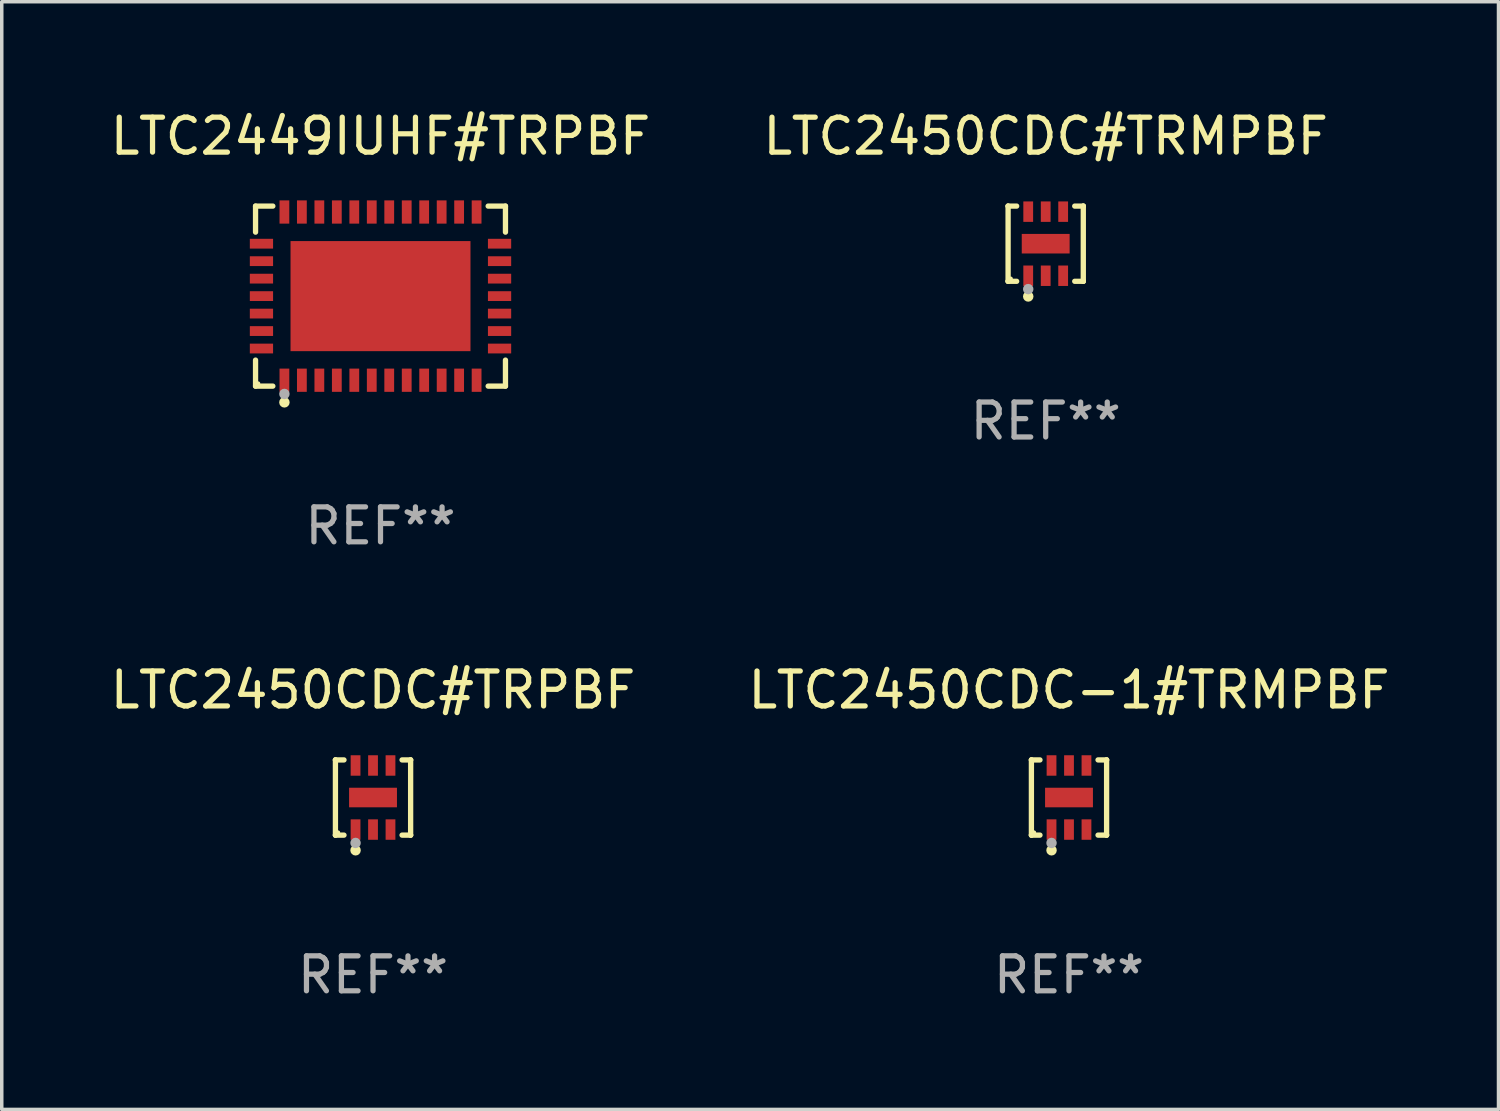
<source format=kicad_pcb>
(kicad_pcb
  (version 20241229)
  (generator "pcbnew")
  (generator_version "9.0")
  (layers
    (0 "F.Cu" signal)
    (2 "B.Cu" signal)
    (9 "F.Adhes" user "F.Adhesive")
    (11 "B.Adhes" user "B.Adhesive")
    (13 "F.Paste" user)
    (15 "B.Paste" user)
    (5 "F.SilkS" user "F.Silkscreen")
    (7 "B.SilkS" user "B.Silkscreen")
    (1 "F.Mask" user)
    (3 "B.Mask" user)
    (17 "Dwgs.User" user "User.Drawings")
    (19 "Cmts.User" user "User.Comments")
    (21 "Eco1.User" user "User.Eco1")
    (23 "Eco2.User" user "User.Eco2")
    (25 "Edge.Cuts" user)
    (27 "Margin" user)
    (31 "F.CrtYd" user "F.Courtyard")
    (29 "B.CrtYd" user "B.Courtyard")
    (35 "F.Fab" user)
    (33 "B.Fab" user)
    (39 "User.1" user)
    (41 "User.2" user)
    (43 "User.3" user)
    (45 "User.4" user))
  (footprint "LTC2449IUHF#TRPBF"
    (layer "F.Cu")
    (at 7.839 5.424)
    (property "Reference" "LTC2449IUHF#TRPBF" (at 0 -4.576 0) (layer "F.SilkS") (effects (font (size 1 1) (thickness 0.15))))
    (attr through_hole)
    (fp_line (start -3.576 -2.576) (end -3.081 -2.576) (stroke (width 0.152) (type solid)) (layer "F.SilkS"))
    (fp_line (start -3.576 -1.831) (end -3.576 -2.576) (stroke (width 0.152) (type solid)) (layer "F.SilkS"))
    (fp_line (start -3.576 1.831) (end -3.576 2.576) (stroke (width 0.152) (type solid)) (layer "F.SilkS"))
    (fp_line (start -3.576 2.576) (end -3.081 2.576) (stroke (width 0.152) (type solid)) (layer "F.SilkS"))
    (fp_line (start 3.576 -2.576) (end 3.081 -2.576) (stroke (width 0.152) (type solid)) (layer "F.SilkS"))
    (fp_line (start 3.576 -1.831) (end 3.576 -2.576) (stroke (width 0.152) (type solid)) (layer "F.SilkS"))
    (fp_line (start 3.576 1.831) (end 3.576 2.576) (stroke (width 0.152) (type solid)) (layer "F.SilkS"))
    (fp_line (start 3.576 2.576) (end 3.081 2.576) (stroke (width 0.152) (type solid)) (layer "F.SilkS"))
    (fp_circle (center -3.5 2.5) (end -3.47 2.5) (stroke (width 0.06) (type solid)) (fill no) (layer "F.SilkS"))
    (fp_circle (center -2.75 3.04) (end -2.675 3.04) (stroke (width 0.15) (type solid)) (fill no) (layer "F.SilkS"))
    (fp_circle (center -2.75 2.8) (end -2.675 2.8) (stroke (width 0.15) (type solid)) (fill no) (layer "F.Fab"))
    (fp_text user "REF**" (at 0 6.576 0) (layer "F.Fab") (effects (font (size 1 1) (thickness 0.15))))
    (pad "1" smd rect (at -2.75 2.407) (size 0.28 0.665) (layers "F.Cu" "F.Mask" "F.Paste"))
    (pad "2" smd rect (at -2.25 2.407) (size 0.28 0.665) (layers "F.Cu" "F.Mask" "F.Paste"))
    (pad "3" smd rect (at -1.75 2.407) (size 0.28 0.665) (layers "F.Cu" "F.Mask" "F.Paste"))
    (pad "4" smd rect (at -1.25 2.407) (size 0.28 0.665) (layers "F.Cu" "F.Mask" "F.Paste"))
    (pad "5" smd rect (at -0.75 2.407) (size 0.28 0.665) (layers "F.Cu" "F.Mask" "F.Paste"))
    (pad "6" smd rect (at -0.25 2.407) (size 0.28 0.665) (layers "F.Cu" "F.Mask" "F.Paste"))
    (pad "7" smd rect (at 0.25 2.407) (size 0.28 0.665) (layers "F.Cu" "F.Mask" "F.Paste"))
    (pad "8" smd rect (at 0.75 2.407) (size 0.28 0.665) (layers "F.Cu" "F.Mask" "F.Paste"))
    (pad "9" smd rect (at 1.25 2.407) (size 0.28 0.665) (layers "F.Cu" "F.Mask" "F.Paste"))
    (pad "10" smd rect (at 1.75 2.407) (size 0.28 0.665) (layers "F.Cu" "F.Mask" "F.Paste"))
    (pad "11" smd rect (at 2.25 2.407) (size 0.28 0.665) (layers "F.Cu" "F.Mask" "F.Paste"))
    (pad "12" smd rect (at 2.75 2.407) (size 0.28 0.665) (layers "F.Cu" "F.Mask" "F.Paste"))
    (pad "13" smd rect (at 3.407 1.5) (size 0.665 0.28) (layers "F.Cu" "F.Mask" "F.Paste"))
    (pad "14" smd rect (at 3.407 1) (size 0.665 0.28) (layers "F.Cu" "F.Mask" "F.Paste"))
    (pad "15" smd rect (at 3.407 0.5) (size 0.665 0.28) (layers "F.Cu" "F.Mask" "F.Paste"))
    (pad "16" smd rect (at 3.407 0) (size 0.665 0.28) (layers "F.Cu" "F.Mask" "F.Paste"))
    (pad "17" smd rect (at 3.407 -0.5) (size 0.665 0.28) (layers "F.Cu" "F.Mask" "F.Paste"))
    (pad "18" smd rect (at 3.407 -1) (size 0.665 0.28) (layers "F.Cu" "F.Mask" "F.Paste"))
    (pad "19" smd rect (at 3.407 -1.5) (size 0.665 0.28) (layers "F.Cu" "F.Mask" "F.Paste"))
    (pad "20" smd rect (at 2.75 -2.407) (size 0.28 0.665) (layers "F.Cu" "F.Mask" "F.Paste"))
    (pad "21" smd rect (at 2.25 -2.407) (size 0.28 0.665) (layers "F.Cu" "F.Mask" "F.Paste"))
    (pad "22" smd rect (at 1.75 -2.407) (size 0.28 0.665) (layers "F.Cu" "F.Mask" "F.Paste"))
    (pad "23" smd rect (at 1.25 -2.407) (size 0.28 0.665) (layers "F.Cu" "F.Mask" "F.Paste"))
    (pad "24" smd rect (at 0.75 -2.407) (size 0.28 0.665) (layers "F.Cu" "F.Mask" "F.Paste"))
    (pad "25" smd rect (at 0.25 -2.407) (size 0.28 0.665) (layers "F.Cu" "F.Mask" "F.Paste"))
    (pad "26" smd rect (at -0.25 -2.407) (size 0.28 0.665) (layers "F.Cu" "F.Mask" "F.Paste"))
    (pad "27" smd rect (at -0.75 -2.407) (size 0.28 0.665) (layers "F.Cu" "F.Mask" "F.Paste"))
    (pad "28" smd rect (at -1.25 -2.407) (size 0.28 0.665) (layers "F.Cu" "F.Mask" "F.Paste"))
    (pad "29" smd rect (at -1.75 -2.407) (size 0.28 0.665) (layers "F.Cu" "F.Mask" "F.Paste"))
    (pad "30" smd rect (at -2.25 -2.407) (size 0.28 0.665) (layers "F.Cu" "F.Mask" "F.Paste"))
    (pad "31" smd rect (at -2.75 -2.407) (size 0.28 0.665) (layers "F.Cu" "F.Mask" "F.Paste"))
    (pad "32" smd rect (at -3.407 -1.5) (size 0.665 0.28) (layers "F.Cu" "F.Mask" "F.Paste"))
    (pad "33" smd rect (at -3.407 -1) (size 0.665 0.28) (layers "F.Cu" "F.Mask" "F.Paste"))
    (pad "34" smd rect (at -3.407 -0.5) (size 0.665 0.28) (layers "F.Cu" "F.Mask" "F.Paste"))
    (pad "35" smd rect (at -3.407 0) (size 0.665 0.28) (layers "F.Cu" "F.Mask" "F.Paste"))
    (pad "36" smd rect (at -3.407 0.5) (size 0.665 0.28) (layers "F.Cu" "F.Mask" "F.Paste"))
    (pad "37" smd rect (at -3.407 1) (size 0.665 0.28) (layers "F.Cu" "F.Mask" "F.Paste"))
    (pad "38" smd rect (at -3.407 1.5) (size 0.665 0.28) (layers "F.Cu" "F.Mask" "F.Paste"))
    (pad "39" smd rect (at 0 0) (size 5.15 3.15) (layers "F.Cu" "F.Mask" "F.Paste")))
  (footprint "LTC2450CDC#TRPBF"
    (layer "F.Cu")
    (at 7.625 19.773)
    (property "Reference" "LTC2450CDC#TRPBF" (at 0 -3.076 0) (layer "F.SilkS") (effects (font (size 1 1) (thickness 0.15))))
    (attr through_hole)
    (fp_line (start -1.076 -1.076) (end -1.076 -1.076) (stroke (width 0.152) (type solid)) (layer "F.SilkS"))
    (fp_line (start -1.076 -1.076) (end -0.831 -1.076) (stroke (width 0.152) (type solid)) (layer "F.SilkS"))
    (fp_line (start -1.076 1.076) (end -1.076 -1.076) (stroke (width 0.152) (type solid)) (layer "F.SilkS"))
    (fp_line (start -1.076 1.076) (end -1.076 1.076) (stroke (width 0.152) (type solid)) (layer "F.SilkS"))
    (fp_line (start -0.831 1.076) (end -1.076 1.076) (stroke (width 0.152) (type solid)) (layer "F.SilkS"))
    (fp_line (start 0.831 1.076) (end 1.076 1.076) (stroke (width 0.152) (type solid)) (layer "F.SilkS"))
    (fp_line (start 1.076 -1.076) (end 0.831 -1.076) (stroke (width 0.152) (type solid)) (layer "F.SilkS"))
    (fp_line (start 1.076 -1.076) (end 1.076 -1.076) (stroke (width 0.152) (type solid)) (layer "F.SilkS"))
    (fp_line (start 1.076 1.076) (end 1.076 -1.076) (stroke (width 0.152) (type solid)) (layer "F.SilkS"))
    (fp_line (start 1.076 1.076) (end 1.076 1.076) (stroke (width 0.152) (type solid)) (layer "F.SilkS"))
    (fp_circle (center -1 1) (end -0.97 1) (stroke (width 0.06) (type solid)) (fill no) (layer "F.SilkS"))
    (fp_circle (center -0.5 1.51) (end -0.425 1.51) (stroke (width 0.15) (type solid)) (fill no) (layer "F.SilkS"))
    (fp_circle (center -0.5 1.3) (end -0.425 1.3) (stroke (width 0.15) (type solid)) (fill no) (layer "F.Fab"))
    (fp_text user "REF**" (at 0 5.076 0) (layer "F.Fab") (effects (font (size 1 1) (thickness 0.15))))
    (pad "1" smd rect (at -0.5 0.917) (size 0.28 0.585) (layers "F.Cu" "F.Mask" "F.Paste"))
    (pad "2" smd rect (at 0 0.917) (size 0.28 0.585) (layers "F.Cu" "F.Mask" "F.Paste"))
    (pad "3" smd rect (at 0.5 0.917) (size 0.28 0.585) (layers "F.Cu" "F.Mask" "F.Paste"))
    (pad "4" smd rect (at 0.5 -0.917) (size 0.28 0.585) (layers "F.Cu" "F.Mask" "F.Paste"))
    (pad "5" smd rect (at 0 -0.917) (size 0.28 0.585) (layers "F.Cu" "F.Mask" "F.Paste"))
    (pad "6" smd rect (at -0.5 -0.917) (size 0.28 0.585) (layers "F.Cu" "F.Mask" "F.Paste"))
    (pad "7" smd rect (at 0 0) (size 1.37 0.56) (layers "F.Cu" "F.Mask" "F.Paste")))
  (footprint "LTC2450CDC-1#TRMPBF"
    (layer "F.Cu")
    (at 27.542 19.773)
    (property "Reference" "LTC2450CDC-1#TRMPBF" (at 0 -3.076 0) (layer "F.SilkS") (effects (font (size 1 1) (thickness 0.15))))
    (attr through_hole)
    (fp_line (start -1.076 -1.076) (end -1.076 -1.076) (stroke (width 0.152) (type solid)) (layer "F.SilkS"))
    (fp_line (start -1.076 -1.076) (end -0.831 -1.076) (stroke (width 0.152) (type solid)) (layer "F.SilkS"))
    (fp_line (start -1.076 1.076) (end -1.076 -1.076) (stroke (width 0.152) (type solid)) (layer "F.SilkS"))
    (fp_line (start -1.076 1.076) (end -1.076 1.076) (stroke (width 0.152) (type solid)) (layer "F.SilkS"))
    (fp_line (start -0.831 1.076) (end -1.076 1.076) (stroke (width 0.152) (type solid)) (layer "F.SilkS"))
    (fp_line (start 0.831 1.076) (end 1.076 1.076) (stroke (width 0.152) (type solid)) (layer "F.SilkS"))
    (fp_line (start 1.076 -1.076) (end 0.831 -1.076) (stroke (width 0.152) (type solid)) (layer "F.SilkS"))
    (fp_line (start 1.076 -1.076) (end 1.076 -1.076) (stroke (width 0.152) (type solid)) (layer "F.SilkS"))
    (fp_line (start 1.076 1.076) (end 1.076 -1.076) (stroke (width 0.152) (type solid)) (layer "F.SilkS"))
    (fp_line (start 1.076 1.076) (end 1.076 1.076) (stroke (width 0.152) (type solid)) (layer "F.SilkS"))
    (fp_circle (center -1 1) (end -0.97 1) (stroke (width 0.06) (type solid)) (fill no) (layer "F.SilkS"))
    (fp_circle (center -0.5 1.51) (end -0.425 1.51) (stroke (width 0.15) (type solid)) (fill no) (layer "F.SilkS"))
    (fp_circle (center -0.5 1.3) (end -0.425 1.3) (stroke (width 0.15) (type solid)) (fill no) (layer "F.Fab"))
    (fp_text user "REF**" (at 0 5.076 0) (layer "F.Fab") (effects (font (size 1 1) (thickness 0.15))))
    (pad "1" smd rect (at -0.5 0.917) (size 0.28 0.585) (layers "F.Cu" "F.Mask" "F.Paste"))
    (pad "2" smd rect (at 0 0.917) (size 0.28 0.585) (layers "F.Cu" "F.Mask" "F.Paste"))
    (pad "3" smd rect (at 0.5 0.917) (size 0.28 0.585) (layers "F.Cu" "F.Mask" "F.Paste"))
    (pad "4" smd rect (at 0.5 -0.917) (size 0.28 0.585) (layers "F.Cu" "F.Mask" "F.Paste"))
    (pad "5" smd rect (at 0 -0.917) (size 0.28 0.585) (layers "F.Cu" "F.Mask" "F.Paste"))
    (pad "6" smd rect (at -0.5 -0.917) (size 0.28 0.585) (layers "F.Cu" "F.Mask" "F.Paste"))
    (pad "7" smd rect (at 0 0) (size 1.37 0.56) (layers "F.Cu" "F.Mask" "F.Paste")))
  (footprint "LTC2450CDC#TRMPBF"
    (layer "F.Cu")
    (at 26.875 3.924)
    (property "Reference" "LTC2450CDC#TRMPBF" (at 0 -3.076 0) (layer "F.SilkS") (effects (font (size 1 1) (thickness 0.15))))
    (attr through_hole)
    (fp_line (start -1.076 -1.076) (end -1.076 -1.076) (stroke (width 0.152) (type solid)) (layer "F.SilkS"))
    (fp_line (start -1.076 -1.076) (end -0.831 -1.076) (stroke (width 0.152) (type solid)) (layer "F.SilkS"))
    (fp_line (start -1.076 1.076) (end -1.076 -1.076) (stroke (width 0.152) (type solid)) (layer "F.SilkS"))
    (fp_line (start -1.076 1.076) (end -1.076 1.076) (stroke (width 0.152) (type solid)) (layer "F.SilkS"))
    (fp_line (start -0.831 1.076) (end -1.076 1.076) (stroke (width 0.152) (type solid)) (layer "F.SilkS"))
    (fp_line (start 0.831 1.076) (end 1.076 1.076) (stroke (width 0.152) (type solid)) (layer "F.SilkS"))
    (fp_line (start 1.076 -1.076) (end 0.831 -1.076) (stroke (width 0.152) (type solid)) (layer "F.SilkS"))
    (fp_line (start 1.076 -1.076) (end 1.076 -1.076) (stroke (width 0.152) (type solid)) (layer "F.SilkS"))
    (fp_line (start 1.076 1.076) (end 1.076 -1.076) (stroke (width 0.152) (type solid)) (layer "F.SilkS"))
    (fp_line (start 1.076 1.076) (end 1.076 1.076) (stroke (width 0.152) (type solid)) (layer "F.SilkS"))
    (fp_circle (center -1 1) (end -0.97 1) (stroke (width 0.06) (type solid)) (fill no) (layer "F.SilkS"))
    (fp_circle (center -0.5 1.51) (end -0.425 1.51) (stroke (width 0.15) (type solid)) (fill no) (layer "F.SilkS"))
    (fp_circle (center -0.5 1.3) (end -0.425 1.3) (stroke (width 0.15) (type solid)) (fill no) (layer "F.Fab"))
    (fp_text user "REF**" (at 0 5.076 0) (layer "F.Fab") (effects (font (size 1 1) (thickness 0.15))))
    (pad "1" smd rect (at -0.5 0.917) (size 0.28 0.585) (layers "F.Cu" "F.Mask" "F.Paste"))
    (pad "2" smd rect (at 0 0.917) (size 0.28 0.585) (layers "F.Cu" "F.Mask" "F.Paste"))
    (pad "3" smd rect (at 0.5 0.917) (size 0.28 0.585) (layers "F.Cu" "F.Mask" "F.Paste"))
    (pad "4" smd rect (at 0.5 -0.917) (size 0.28 0.585) (layers "F.Cu" "F.Mask" "F.Paste"))
    (pad "5" smd rect (at 0 -0.917) (size 0.28 0.585) (layers "F.Cu" "F.Mask" "F.Paste"))
    (pad "6" smd rect (at -0.5 -0.917) (size 0.28 0.585) (layers "F.Cu" "F.Mask" "F.Paste"))
    (pad "7" smd rect (at 0 0) (size 1.37 0.56) (layers "F.Cu" "F.Mask" "F.Paste")))
  (gr_rect
    (start -3 -3)
    (end 39.833 28.698)
    (stroke (width 0.1) (type default))
    (fill no)
    (layer "Edge.Cuts")))
</source>
